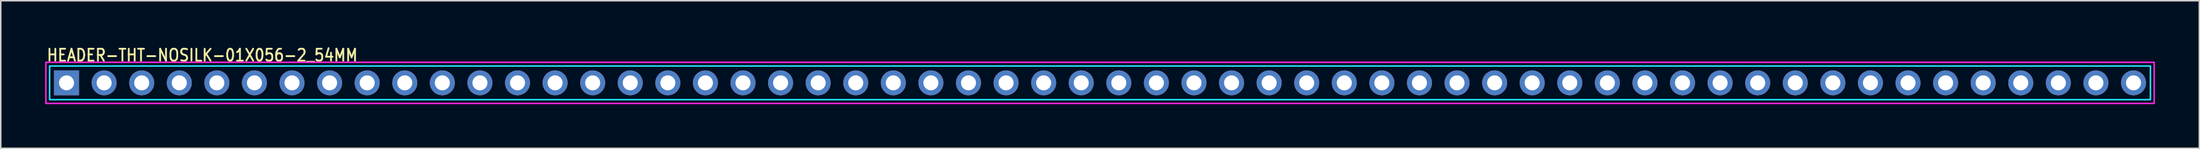
<source format=kicad_pcb>
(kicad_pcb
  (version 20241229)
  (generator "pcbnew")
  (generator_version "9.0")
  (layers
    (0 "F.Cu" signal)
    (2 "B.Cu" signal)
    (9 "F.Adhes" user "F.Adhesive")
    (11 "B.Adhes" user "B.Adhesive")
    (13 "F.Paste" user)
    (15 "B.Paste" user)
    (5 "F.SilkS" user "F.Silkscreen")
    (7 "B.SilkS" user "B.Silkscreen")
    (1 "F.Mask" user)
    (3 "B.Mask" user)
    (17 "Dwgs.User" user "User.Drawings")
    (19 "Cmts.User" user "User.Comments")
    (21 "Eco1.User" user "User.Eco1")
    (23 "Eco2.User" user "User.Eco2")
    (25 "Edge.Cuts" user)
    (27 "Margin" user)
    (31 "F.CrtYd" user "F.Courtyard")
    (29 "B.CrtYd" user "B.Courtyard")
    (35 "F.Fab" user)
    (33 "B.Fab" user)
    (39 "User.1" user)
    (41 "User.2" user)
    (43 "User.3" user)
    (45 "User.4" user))
  (footprint "HEADER-THT-NOSILK-01X056-2_54MM"
    (layer "F.Cu")
    (at 1.447 2.579)
    (property "Reference" "HEADER-THT-NOSILK-01X056-2_54MM" (at -1.4 -1.4 0) (unlocked yes) (layer "F.SilkS") (effects (font (size 0.813 0.695) (thickness 0.122)) (justify left bottom)))
    (fp_poly (pts (xy -1.143 -1.143) (xy 140.843 -1.143) (xy 140.843 1.143) (xy -1.143 1.143)) (stroke (width 0.1) (type solid)) (fill no) (layer "B.CrtYd"))
    (fp_poly (pts (xy -1.397 -1.397) (xy 141.097 -1.397) (xy 141.097 1.397) (xy -1.397 1.397)) (stroke (width 0.1) (type solid)) (fill no) (layer "F.CrtYd"))
    (pad "1" thru_hole rect (at 0 0) (size 1.693 1.693) (drill 1.016) (layers "*.Cu" "*.Mask"))
    (pad "2" thru_hole oval (at 2.54 0) (size 1.693 1.693) (drill 1.016) (layers "*.Cu" "*.Mask"))
    (pad "3" thru_hole oval (at 5.08 0) (size 1.693 1.693) (drill 1.016) (layers "*.Cu" "*.Mask"))
    (pad "4" thru_hole oval (at 7.62 0) (size 1.693 1.693) (drill 1.016) (layers "*.Cu" "*.Mask"))
    (pad "5" thru_hole oval (at 10.16 0) (size 1.693 1.693) (drill 1.016) (layers "*.Cu" "*.Mask"))
    (pad "6" thru_hole oval (at 12.7 0) (size 1.693 1.693) (drill 1.016) (layers "*.Cu" "*.Mask"))
    (pad "7" thru_hole oval (at 15.24 0) (size 1.693 1.693) (drill 1.016) (layers "*.Cu" "*.Mask"))
    (pad "8" thru_hole oval (at 17.78 0) (size 1.693 1.693) (drill 1.016) (layers "*.Cu" "*.Mask"))
    (pad "9" thru_hole oval (at 20.32 0) (size 1.693 1.693) (drill 1.016) (layers "*.Cu" "*.Mask"))
    (pad "10" thru_hole oval (at 22.86 0) (size 1.693 1.693) (drill 1.016) (layers "*.Cu" "*.Mask"))
    (pad "11" thru_hole oval (at 25.4 0) (size 1.693 1.693) (drill 1.016) (layers "*.Cu" "*.Mask"))
    (pad "12" thru_hole oval (at 27.94 0) (size 1.693 1.693) (drill 1.016) (layers "*.Cu" "*.Mask"))
    (pad "13" thru_hole oval (at 30.48 0) (size 1.693 1.693) (drill 1.016) (layers "*.Cu" "*.Mask"))
    (pad "14" thru_hole oval (at 33.02 0) (size 1.693 1.693) (drill 1.016) (layers "*.Cu" "*.Mask"))
    (pad "15" thru_hole oval (at 35.56 0) (size 1.693 1.693) (drill 1.016) (layers "*.Cu" "*.Mask"))
    (pad "16" thru_hole oval (at 38.1 0) (size 1.693 1.693) (drill 1.016) (layers "*.Cu" "*.Mask"))
    (pad "17" thru_hole oval (at 40.64 0) (size 1.693 1.693) (drill 1.016) (layers "*.Cu" "*.Mask"))
    (pad "18" thru_hole oval (at 43.18 0) (size 1.693 1.693) (drill 1.016) (layers "*.Cu" "*.Mask"))
    (pad "19" thru_hole oval (at 45.72 0) (size 1.693 1.693) (drill 1.016) (layers "*.Cu" "*.Mask"))
    (pad "20" thru_hole oval (at 48.26 0) (size 1.693 1.693) (drill 1.016) (layers "*.Cu" "*.Mask"))
    (pad "21" thru_hole oval (at 50.8 0) (size 1.693 1.693) (drill 1.016) (layers "*.Cu" "*.Mask"))
    (pad "22" thru_hole oval (at 53.34 0) (size 1.693 1.693) (drill 1.016) (layers "*.Cu" "*.Mask"))
    (pad "23" thru_hole oval (at 55.88 0) (size 1.693 1.693) (drill 1.016) (layers "*.Cu" "*.Mask"))
    (pad "24" thru_hole oval (at 58.42 0) (size 1.693 1.693) (drill 1.016) (layers "*.Cu" "*.Mask"))
    (pad "25" thru_hole oval (at 60.96 0) (size 1.693 1.693) (drill 1.016) (layers "*.Cu" "*.Mask"))
    (pad "26" thru_hole oval (at 63.5 0) (size 1.693 1.693) (drill 1.016) (layers "*.Cu" "*.Mask"))
    (pad "27" thru_hole oval (at 66.04 0) (size 1.693 1.693) (drill 1.016) (layers "*.Cu" "*.Mask"))
    (pad "28" thru_hole oval (at 68.58 0) (size 1.693 1.693) (drill 1.016) (layers "*.Cu" "*.Mask"))
    (pad "29" thru_hole oval (at 71.12 0) (size 1.693 1.693) (drill 1.016) (layers "*.Cu" "*.Mask"))
    (pad "30" thru_hole oval (at 73.66 0) (size 1.693 1.693) (drill 1.016) (layers "*.Cu" "*.Mask"))
    (pad "31" thru_hole oval (at 76.2 0) (size 1.693 1.693) (drill 1.016) (layers "*.Cu" "*.Mask"))
    (pad "32" thru_hole oval (at 78.74 0) (size 1.693 1.693) (drill 1.016) (layers "*.Cu" "*.Mask"))
    (pad "33" thru_hole oval (at 81.28 0) (size 1.693 1.693) (drill 1.016) (layers "*.Cu" "*.Mask"))
    (pad "34" thru_hole oval (at 83.82 0) (size 1.693 1.693) (drill 1.016) (layers "*.Cu" "*.Mask"))
    (pad "35" thru_hole oval (at 86.36 0) (size 1.693 1.693) (drill 1.016) (layers "*.Cu" "*.Mask"))
    (pad "36" thru_hole oval (at 88.9 0) (size 1.693 1.693) (drill 1.016) (layers "*.Cu" "*.Mask"))
    (pad "37" thru_hole oval (at 91.44 0) (size 1.693 1.693) (drill 1.016) (layers "*.Cu" "*.Mask"))
    (pad "38" thru_hole oval (at 93.98 0) (size 1.693 1.693) (drill 1.016) (layers "*.Cu" "*.Mask"))
    (pad "39" thru_hole oval (at 96.52 0) (size 1.693 1.693) (drill 1.016) (layers "*.Cu" "*.Mask"))
    (pad "40" thru_hole oval (at 99.06 0) (size 1.693 1.693) (drill 1.016) (layers "*.Cu" "*.Mask"))
    (pad "41" thru_hole oval (at 101.6 0) (size 1.693 1.693) (drill 1.016) (layers "*.Cu" "*.Mask"))
    (pad "42" thru_hole oval (at 104.14 0) (size 1.693 1.693) (drill 1.016) (layers "*.Cu" "*.Mask"))
    (pad "43" thru_hole oval (at 106.68 0) (size 1.693 1.693) (drill 1.016) (layers "*.Cu" "*.Mask"))
    (pad "44" thru_hole oval (at 109.22 0) (size 1.693 1.693) (drill 1.016) (layers "*.Cu" "*.Mask"))
    (pad "45" thru_hole oval (at 111.76 0) (size 1.693 1.693) (drill 1.016) (layers "*.Cu" "*.Mask"))
    (pad "46" thru_hole oval (at 114.3 0) (size 1.693 1.693) (drill 1.016) (layers "*.Cu" "*.Mask"))
    (pad "47" thru_hole oval (at 116.84 0) (size 1.693 1.693) (drill 1.016) (layers "*.Cu" "*.Mask"))
    (pad "48" thru_hole oval (at 119.38 0) (size 1.693 1.693) (drill 1.016) (layers "*.Cu" "*.Mask"))
    (pad "49" thru_hole oval (at 121.92 0) (size 1.693 1.693) (drill 1.016) (layers "*.Cu" "*.Mask"))
    (pad "50" thru_hole oval (at 124.46 0) (size 1.693 1.693) (drill 1.016) (layers "*.Cu" "*.Mask"))
    (pad "51" thru_hole oval (at 127 0) (size 1.693 1.693) (drill 1.016) (layers "*.Cu" "*.Mask"))
    (pad "52" thru_hole oval (at 129.54 0) (size 1.693 1.693) (drill 1.016) (layers "*.Cu" "*.Mask"))
    (pad "53" thru_hole oval (at 132.08 0) (size 1.693 1.693) (drill 1.016) (layers "*.Cu" "*.Mask"))
    (pad "54" thru_hole oval (at 134.62 0) (size 1.693 1.693) (drill 1.016) (layers "*.Cu" "*.Mask"))
    (pad "55" thru_hole oval (at 137.16 0) (size 1.693 1.693) (drill 1.016) (layers "*.Cu" "*.Mask"))
    (pad "56" thru_hole oval (at 139.7 0) (size 1.693 1.693) (drill 1.016) (layers "*.Cu" "*.Mask")))
  (gr_rect
    (start -3 -3)
    (end 145.594 7.026)
    (stroke (width 0.1) (type default))
    (fill no)
    (layer "Edge.Cuts")))
</source>
